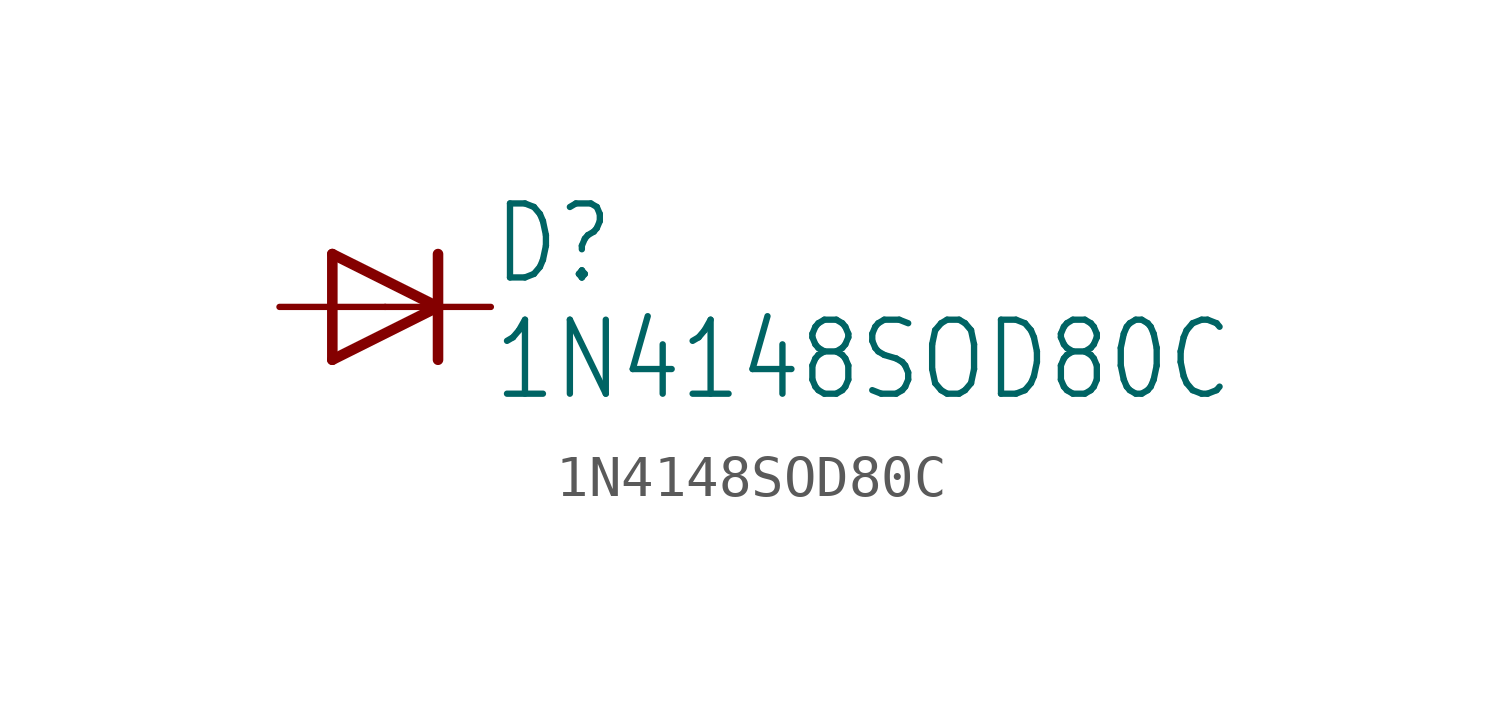
<source format=kicad_sym>
(kicad_symbol_lib
  (version 20211014)
  (generator kicad_symbol_editor)
  (symbol "1N4148SOD80C"
    (property "Reference" "D"
      (at 2.54 0.483 0)
      (effects (font (size 1.778 1.511)) (justify left bottom)))
    (property "Value" "1N4148SOD80C"
      (at 2.54 -2.311 0)
      (effects (font (size 1.778 1.511)) (justify left bottom)))
    (property "ki_locked" ""
      (at 0 0 0)
      (effects (font (size 1.27 1.27))))
    (symbol "1N4148SOD80C_1_0"
      (polyline (pts (xy -1.27 -1.27) (xy 1.27 0)) (stroke (width 0.254) (type default) (color 0 0 0 0)) (fill (type none)))
      (polyline (pts (xy -1.27 1.27) (xy -1.27 -1.27)) (stroke (width 0.254) (type default) (color 0 0 0 0)) (fill (type none)))
      (polyline (pts (xy 1.27 0) (xy -1.27 1.27)) (stroke (width 0.254) (type default) (color 0 0 0 0)) (fill (type none)))
      (polyline (pts (xy 1.27 0) (xy 1.27 -1.27)) (stroke (width 0.254) (type default) (color 0 0 0 0)) (fill (type none)))
      (polyline (pts (xy 1.27 1.27) (xy 1.27 0)) (stroke (width 0.254) (type default) (color 0 0 0 0)) (fill (type none)))
      (pin passive line (at -2.54 0 0) (length 2.54) (name "A" (effects (font (size 0 0)))) (number "A" (effects (font (size 0 0)))))
      (pin passive line (at 2.54 0 180) (length 2.54) (name "C" (effects (font (size 0 0)))) (number "C" (effects (font (size 0 0))))))))
</source>
